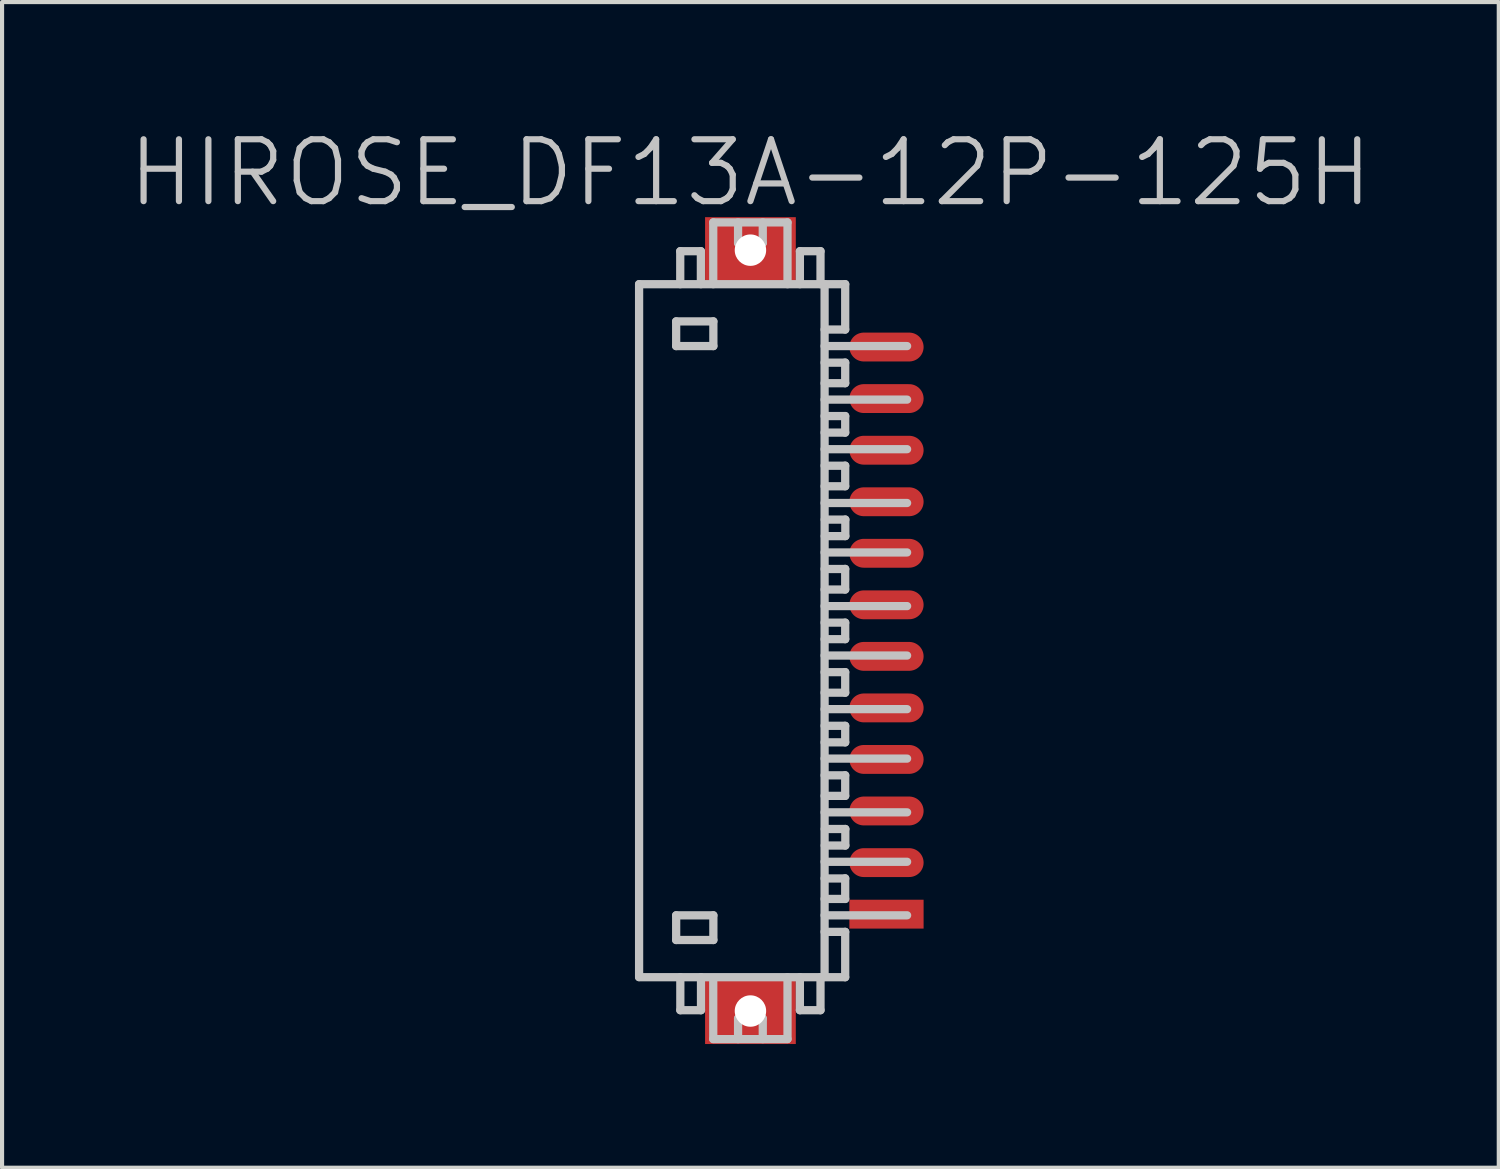
<source format=kicad_pcb>
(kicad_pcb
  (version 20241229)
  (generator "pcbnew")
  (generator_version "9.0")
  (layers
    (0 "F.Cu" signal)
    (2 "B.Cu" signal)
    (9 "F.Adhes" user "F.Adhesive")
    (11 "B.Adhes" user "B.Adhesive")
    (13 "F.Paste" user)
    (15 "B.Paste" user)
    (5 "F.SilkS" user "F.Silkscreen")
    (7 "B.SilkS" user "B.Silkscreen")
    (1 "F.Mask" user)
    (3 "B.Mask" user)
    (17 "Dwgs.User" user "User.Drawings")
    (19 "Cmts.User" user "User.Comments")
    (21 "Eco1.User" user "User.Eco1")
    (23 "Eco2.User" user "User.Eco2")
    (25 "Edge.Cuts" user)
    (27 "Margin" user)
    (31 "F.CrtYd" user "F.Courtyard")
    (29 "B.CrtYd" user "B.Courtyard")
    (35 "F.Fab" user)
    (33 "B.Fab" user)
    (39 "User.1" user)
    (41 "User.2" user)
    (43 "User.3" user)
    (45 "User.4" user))
  (footprint "HIROSE_DF13A-12P-125H"
    (layer "F.Cu")
    (at 15.146 12.241)
    (property "Reference" "HIROSE_DF13A-12P-125H" (at 0 -11.1 180) (layer "Dwgs.User") (effects (font (size 1.5 1.5) (thickness 0.15))))
    (attr smd)
    (fp_line (start -2.699 -8.4) (end 2.299 -8.4) (stroke (width 0.2) (type solid)) (layer "Dwgs.User"))
    (fp_line (start -2.699 8.4) (end -2.699 -8.4) (stroke (width 0.2) (type solid)) (layer "Dwgs.User"))
    (fp_line (start -1.8 -7.498) (end -1.8 -6.899) (stroke (width 0.2) (type solid)) (layer "Dwgs.User"))
    (fp_line (start -1.8 -6.899) (end -0.898 -6.899) (stroke (width 0.2) (type solid)) (layer "Dwgs.User"))
    (fp_line (start -1.8 6.904) (end -0.898 6.904) (stroke (width 0.2) (type solid)) (layer "Dwgs.User"))
    (fp_line (start -1.8 7.503) (end -1.8 6.904) (stroke (width 0.2) (type solid)) (layer "Dwgs.User"))
    (fp_line (start -1.701 -9.2) (end -1.701 -8.4) (stroke (width 0.2) (type solid)) (layer "Dwgs.User"))
    (fp_line (start -1.699 9.205) (end -1.699 8.405) (stroke (width 0.2) (type solid)) (layer "Dwgs.User"))
    (fp_line (start -1.201 -9.2) (end -1.701 -9.2) (stroke (width 0.2) (type solid)) (layer "Dwgs.User"))
    (fp_line (start -1.201 -8.4) (end -1.201 -9.2) (stroke (width 0.2) (type solid)) (layer "Dwgs.User"))
    (fp_line (start -1.198 8.405) (end -1.198 9.205) (stroke (width 0.2) (type solid)) (layer "Dwgs.User"))
    (fp_line (start -1.198 9.205) (end -1.699 9.205) (stroke (width 0.2) (type solid)) (layer "Dwgs.User"))
    (fp_line (start -0.901 -9.898) (end -0.901 -8.4) (stroke (width 0.2) (type solid)) (layer "Dwgs.User"))
    (fp_line (start -0.901 9.903) (end -0.901 8.504) (stroke (width 0.2) (type solid)) (layer "Dwgs.User"))
    (fp_line (start -0.898 -7.498) (end -1.8 -7.498) (stroke (width 0.2) (type solid)) (layer "Dwgs.User"))
    (fp_line (start -0.898 -6.899) (end -0.898 -7.498) (stroke (width 0.2) (type solid)) (layer "Dwgs.User"))
    (fp_line (start -0.898 6.904) (end -0.898 7.503) (stroke (width 0.2) (type solid)) (layer "Dwgs.User"))
    (fp_line (start -0.898 7.503) (end -1.8 7.503) (stroke (width 0.2) (type solid)) (layer "Dwgs.User"))
    (fp_line (start -0.299 -9.398) (end -0.299 -9.898) (stroke (width 0.2) (type solid)) (layer "Dwgs.User"))
    (fp_line (start -0.299 -9.398) (end 0.3 -9.398) (stroke (width 0.2) (type solid)) (layer "Dwgs.User"))
    (fp_line (start -0.299 9.406) (end 0.3 9.406) (stroke (width 0.2) (type solid)) (layer "Dwgs.User"))
    (fp_line (start -0.299 9.906) (end -0.299 9.406) (stroke (width 0.2) (type solid)) (layer "Dwgs.User"))
    (fp_line (start 0.3 -9.398) (end 0.3 -9.898) (stroke (width 0.2) (type solid)) (layer "Dwgs.User"))
    (fp_line (start 0.3 9.906) (end 0.3 9.406) (stroke (width 0.2) (type solid)) (layer "Dwgs.User"))
    (fp_line (start 0.9 -9.898) (end -0.901 -9.898) (stroke (width 0.2) (type solid)) (layer "Dwgs.User"))
    (fp_line (start 0.9 -8.4) (end 0.9 -9.898) (stroke (width 0.2) (type solid)) (layer "Dwgs.User"))
    (fp_line (start 0.9 9.903) (end 0.9 8.405) (stroke (width 0.2) (type solid)) (layer "Dwgs.User"))
    (fp_line (start 0.9 9.906) (end -0.901 9.906) (stroke (width 0.2) (type solid)) (layer "Dwgs.User"))
    (fp_line (start 1.2 -8.4) (end 1.2 -9.2) (stroke (width 0.2) (type solid)) (layer "Dwgs.User"))
    (fp_line (start 1.2 9.205) (end 1.2 8.405) (stroke (width 0.2) (type solid)) (layer "Dwgs.User"))
    (fp_line (start 1.7 -9.2) (end 1.2 -9.2) (stroke (width 0.2) (type solid)) (layer "Dwgs.User"))
    (fp_line (start 1.7 -9.2) (end 1.7 -8.4) (stroke (width 0.2) (type solid)) (layer "Dwgs.User"))
    (fp_line (start 1.7 8.405) (end 1.7 9.205) (stroke (width 0.2) (type solid)) (layer "Dwgs.User"))
    (fp_line (start 1.7 9.205) (end 1.2 9.205) (stroke (width 0.2) (type solid)) (layer "Dwgs.User"))
    (fp_line (start 1.799 -6.497) (end 2.299 -6.497) (stroke (width 0.2) (type solid)) (layer "Dwgs.User"))
    (fp_line (start 1.799 -5.601) (end 3.8 -5.601) (stroke (width 0.2) (type solid)) (layer "Dwgs.User"))
    (fp_line (start 1.799 -4.399) (end 3.8 -4.399) (stroke (width 0.2) (type solid)) (layer "Dwgs.User"))
    (fp_line (start 1.799 -3.998) (end 2.299 -3.998) (stroke (width 0.2) (type solid)) (layer "Dwgs.User"))
    (fp_line (start 1.799 -3.094) (end 3.8 -3.094) (stroke (width 0.2) (type solid)) (layer "Dwgs.User"))
    (fp_line (start 1.799 -1.895) (end 3.8 -1.895) (stroke (width 0.2) (type solid)) (layer "Dwgs.User"))
    (fp_line (start 1.799 -1.494) (end 2.299 -1.494) (stroke (width 0.2) (type solid)) (layer "Dwgs.User"))
    (fp_line (start 1.799 -0.594) (end 3.8 -0.594) (stroke (width 0.2) (type solid)) (layer "Dwgs.User"))
    (fp_line (start 1.799 0.605) (end 3.8 0.605) (stroke (width 0.2) (type solid)) (layer "Dwgs.User"))
    (fp_line (start 1.799 1.008) (end 2.299 1.008) (stroke (width 0.2) (type solid)) (layer "Dwgs.User"))
    (fp_line (start 1.799 1.905) (end 3.8 1.905) (stroke (width 0.2) (type solid)) (layer "Dwgs.User"))
    (fp_line (start 1.799 3.104) (end 3.8 3.104) (stroke (width 0.2) (type solid)) (layer "Dwgs.User"))
    (fp_line (start 1.799 3.51) (end 2.299 3.51) (stroke (width 0.2) (type solid)) (layer "Dwgs.User"))
    (fp_line (start 1.799 4.407) (end 3.8 4.407) (stroke (width 0.2) (type solid)) (layer "Dwgs.User"))
    (fp_line (start 1.799 5.606) (end 3.8 5.606) (stroke (width 0.2) (type solid)) (layer "Dwgs.User"))
    (fp_line (start 1.799 6.01) (end 2.299 6.01) (stroke (width 0.2) (type solid)) (layer "Dwgs.User"))
    (fp_line (start 1.799 6.904) (end 3.8 6.904) (stroke (width 0.2) (type solid)) (layer "Dwgs.User"))
    (fp_line (start 1.799 8.4) (end 1.799 -8.4) (stroke (width 0.2) (type solid)) (layer "Dwgs.User"))
    (fp_line (start 2.299 -7.3) (end 1.799 -7.3) (stroke (width 0.2) (type solid)) (layer "Dwgs.User"))
    (fp_line (start 2.299 -7.3) (end 2.299 -8.4) (stroke (width 0.2) (type solid)) (layer "Dwgs.User"))
    (fp_line (start 2.299 -6.5) (end 2.299 -5.999) (stroke (width 0.2) (type solid)) (layer "Dwgs.User"))
    (fp_line (start 2.299 -5.999) (end 1.799 -5.999) (stroke (width 0.2) (type solid)) (layer "Dwgs.User"))
    (fp_line (start 2.299 -5.202) (end 1.799 -5.202) (stroke (width 0.2) (type solid)) (layer "Dwgs.User"))
    (fp_line (start 2.299 -4.801) (end 1.799 -4.801) (stroke (width 0.2) (type solid)) (layer "Dwgs.User"))
    (fp_line (start 2.299 -4.801) (end 2.299 -5.202) (stroke (width 0.2) (type solid)) (layer "Dwgs.User"))
    (fp_line (start 2.299 -4) (end 2.299 -3.5) (stroke (width 0.2) (type solid)) (layer "Dwgs.User"))
    (fp_line (start 2.299 -3.5) (end 1.799 -3.5) (stroke (width 0.2) (type solid)) (layer "Dwgs.User"))
    (fp_line (start 2.299 -1.496) (end 2.299 -0.996) (stroke (width 0.2) (type solid)) (layer "Dwgs.User"))
    (fp_line (start 2.299 -0.996) (end 1.799 -0.996) (stroke (width 0.2) (type solid)) (layer "Dwgs.User"))
    (fp_line (start 2.299 -0.193) (end 1.799 -0.193) (stroke (width 0.2) (type solid)) (layer "Dwgs.User"))
    (fp_line (start 2.299 0.208) (end 1.799 0.208) (stroke (width 0.2) (type solid)) (layer "Dwgs.User"))
    (fp_line (start 2.299 0.208) (end 2.299 -0.193) (stroke (width 0.2) (type solid)) (layer "Dwgs.User"))
    (fp_line (start 2.299 1.006) (end 2.299 1.506) (stroke (width 0.2) (type solid)) (layer "Dwgs.User"))
    (fp_line (start 2.299 1.506) (end 1.799 1.506) (stroke (width 0.2) (type solid)) (layer "Dwgs.User"))
    (fp_line (start 2.299 2.309) (end 1.799 2.309) (stroke (width 0.2) (type solid)) (layer "Dwgs.User"))
    (fp_line (start 2.299 2.71) (end 1.799 2.71) (stroke (width 0.2) (type solid)) (layer "Dwgs.User"))
    (fp_line (start 2.299 2.71) (end 2.299 2.309) (stroke (width 0.2) (type solid)) (layer "Dwgs.User"))
    (fp_line (start 2.299 3.508) (end 2.299 4.008) (stroke (width 0.2) (type solid)) (layer "Dwgs.User"))
    (fp_line (start 2.299 4.008) (end 1.799 4.008) (stroke (width 0.2) (type solid)) (layer "Dwgs.User"))
    (fp_line (start 2.299 6.007) (end 2.299 6.507) (stroke (width 0.2) (type solid)) (layer "Dwgs.User"))
    (fp_line (start 2.299 6.507) (end 1.799 6.507) (stroke (width 0.2) (type solid)) (layer "Dwgs.User"))
    (fp_line (start 2.299 7.305) (end 1.799 7.305) (stroke (width 0.2) (type solid)) (layer "Dwgs.User"))
    (fp_line (start 2.299 8.405) (end -2.699 8.405) (stroke (width 0.2) (type solid)) (layer "Dwgs.User"))
    (fp_line (start 2.299 8.405) (end 2.299 7.305) (stroke (width 0.2) (type solid)) (layer "Dwgs.User"))
    (fp_line (start 2.302 -2.692) (end 1.802 -2.692) (stroke (width 0.2) (type solid)) (layer "Dwgs.User"))
    (fp_line (start 2.302 -2.291) (end 1.802 -2.291) (stroke (width 0.2) (type solid)) (layer "Dwgs.User"))
    (fp_line (start 2.302 -2.291) (end 2.302 -2.692) (stroke (width 0.2) (type solid)) (layer "Dwgs.User"))
    (fp_line (start 2.302 4.811) (end 1.802 4.811) (stroke (width 0.2) (type solid)) (layer "Dwgs.User"))
    (fp_line (start 2.302 5.212) (end 1.802 5.212) (stroke (width 0.2) (type solid)) (layer "Dwgs.User"))
    (fp_line (start 2.302 5.212) (end 2.302 4.811) (stroke (width 0.2) (type solid)) (layer "Dwgs.User"))
    (fp_line (start 3.8 -6.899) (end 1.799 -6.899) (stroke (width 0.2) (type solid)) (layer "Dwgs.User"))
    (pad "" np_thru_hole rect (at 0.001 -9.225 270) (size 1.6 2.2) (drill 0.762) (layers "F.Cu" "F.Mask" "F.Paste"))
    (pad "" np_thru_hole rect (at 0.001 9.225 270) (size 1.6 2.2) (drill 0.762) (layers "F.Cu" "F.Mask" "F.Paste"))
    (pad "1" smd rect (at 3.3 6.876 270) (size 0.7 1.8) (layers "F.Cu" "F.Mask" "F.Paste"))
    (pad "2" smd oval (at 3.3 5.626 270) (size 0.7 1.8) (layers "F.Cu" "F.Mask" "F.Paste"))
    (pad "3" smd oval (at 3.3 4.374 270) (size 0.7 1.8) (layers "F.Cu" "F.Mask" "F.Paste"))
    (pad "4" smd oval (at 3.3 3.124 270) (size 0.7 1.8) (layers "F.Cu" "F.Mask" "F.Paste"))
    (pad "5" smd oval (at 3.3 1.875 270) (size 0.7 1.8) (layers "F.Cu" "F.Mask" "F.Paste"))
    (pad "6" smd oval (at 3.3 0.625 270) (size 0.7 1.8) (layers "F.Cu" "F.Mask" "F.Paste"))
    (pad "7" smd oval (at 3.3 -0.625 270) (size 0.7 1.8) (layers "F.Cu" "F.Mask" "F.Paste"))
    (pad "8" smd oval (at 3.3 -1.875 270) (size 0.7 1.8) (layers "F.Cu" "F.Mask" "F.Paste"))
    (pad "9" smd oval (at 3.3 -3.124 270) (size 0.7 1.8) (layers "F.Cu" "F.Mask" "F.Paste"))
    (pad "10" smd oval (at 3.3 -4.374 270) (size 0.7 1.8) (layers "F.Cu" "F.Mask" "F.Paste"))
    (pad "11" smd oval (at 3.3 -5.626 270) (size 0.7 1.8) (layers "F.Cu" "F.Mask" "F.Paste"))
    (pad "12" smd oval (at 3.3 -6.876 270) (size 0.7 1.8) (layers "F.Cu" "F.Mask" "F.Paste")))
  (gr_rect
    (start -3 -3)
    (end 33.293 25.266)
    (stroke (width 0.1) (type default))
    (fill no)
    (layer "Edge.Cuts")))
</source>
